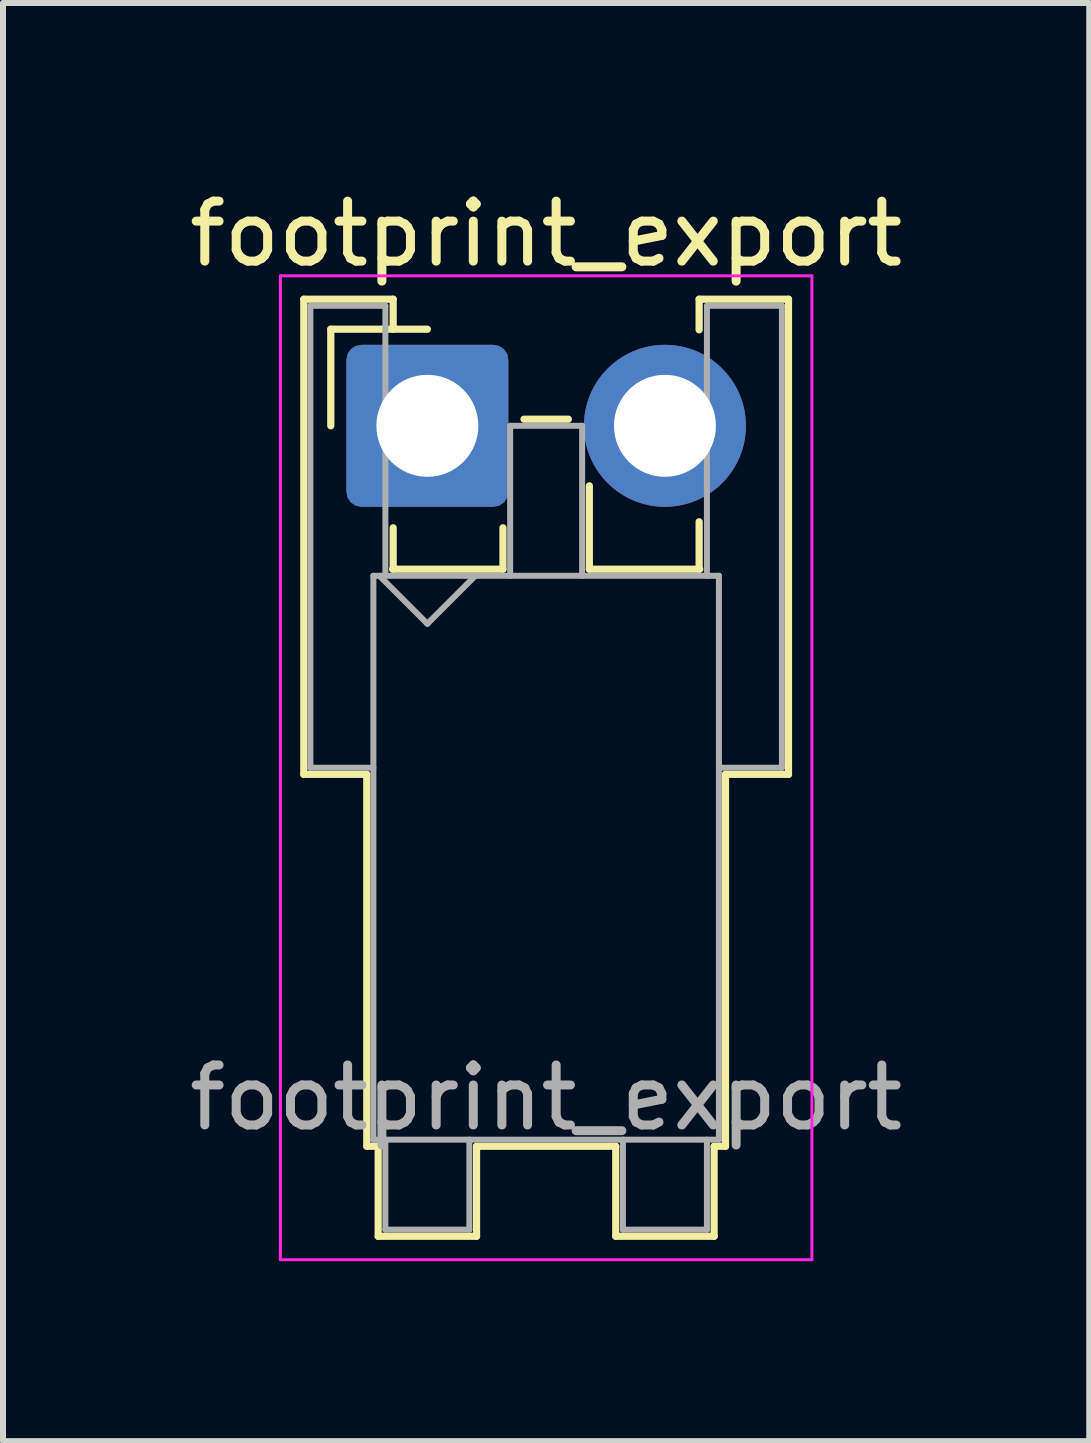
<source format=kicad_pcb>
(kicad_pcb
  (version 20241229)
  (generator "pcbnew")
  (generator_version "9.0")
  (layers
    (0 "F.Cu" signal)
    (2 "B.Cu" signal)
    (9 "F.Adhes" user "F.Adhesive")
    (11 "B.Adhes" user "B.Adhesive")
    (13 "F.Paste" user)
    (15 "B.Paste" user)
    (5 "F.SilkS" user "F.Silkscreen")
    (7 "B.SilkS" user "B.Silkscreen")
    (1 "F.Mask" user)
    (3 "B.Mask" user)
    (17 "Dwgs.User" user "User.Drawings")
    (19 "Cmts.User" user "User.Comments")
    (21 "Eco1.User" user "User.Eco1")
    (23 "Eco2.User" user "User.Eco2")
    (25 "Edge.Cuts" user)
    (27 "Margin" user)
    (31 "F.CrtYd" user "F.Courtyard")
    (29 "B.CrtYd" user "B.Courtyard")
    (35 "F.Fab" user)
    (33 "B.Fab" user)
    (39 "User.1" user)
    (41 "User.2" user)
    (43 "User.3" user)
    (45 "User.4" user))
  (footprint "footprint_export"
    (layer "F.Cu")
    (at 4.074 4.048)
    (property "Reference" "footprint_export" (at 1.98 -3.2 0) (layer "F.SilkS") (effects (font (size 1 1) (thickness 0.15))))
    (attr through_hole)
    (fp_line (start -2.06 -2.11) (end -0.57 -2.11) (stroke (width 0.12) (type solid)) (layer "F.SilkS"))
    (fp_line (start -2.06 5.81) (end -2.06 -2.11) (stroke (width 0.12) (type solid)) (layer "F.SilkS"))
    (fp_line (start -1.61 -1.61) (end -1.61 0) (stroke (width 0.12) (type solid)) (layer "F.SilkS"))
    (fp_line (start -1.01 5.81) (end -2.06 5.81) (stroke (width 0.12) (type solid)) (layer "F.SilkS"))
    (fp_line (start -1.01 5.81) (end -1.01 12.01) (stroke (width 0.12) (type solid)) (layer "F.SilkS"))
    (fp_line (start -1.01 12.01) (end -0.82 12.01) (stroke (width 0.12) (type solid)) (layer "F.SilkS"))
    (fp_line (start -0.82 12.01) (end -0.82 13.51) (stroke (width 0.12) (type solid)) (layer "F.SilkS"))
    (fp_line (start -0.82 13.51) (end 0.82 13.51) (stroke (width 0.12) (type solid)) (layer "F.SilkS"))
    (fp_line (start -0.58 2.39) (end 1.26 2.39) (stroke (width 0.12) (type solid)) (layer "F.SilkS"))
    (fp_line (start -0.57 -2.11) (end -0.57 -1.61) (stroke (width 0.12) (type solid)) (layer "F.SilkS"))
    (fp_line (start -0.57 1.7) (end -0.57 2.39) (stroke (width 0.12) (type solid)) (layer "F.SilkS"))
    (fp_line (start 0 -1.61) (end -1.61 -1.61) (stroke (width 0.12) (type solid)) (layer "F.SilkS"))
    (fp_line (start 0.82 12.01) (end 3.14 12.01) (stroke (width 0.12) (type solid)) (layer "F.SilkS"))
    (fp_line (start 0.82 13.51) (end 0.82 12.01) (stroke (width 0.12) (type solid)) (layer "F.SilkS"))
    (fp_line (start 1.26 2.39) (end 1.26 1.7) (stroke (width 0.12) (type solid)) (layer "F.SilkS"))
    (fp_line (start 1.61 -0.11) (end 2.35 -0.11) (stroke (width 0.12) (type solid)) (layer "F.SilkS"))
    (fp_line (start 2.7 1) (end 2.7 2.39) (stroke (width 0.12) (type solid)) (layer "F.SilkS"))
    (fp_line (start 2.7 2.39) (end 4.54 2.39) (stroke (width 0.12) (type solid)) (layer "F.SilkS"))
    (fp_line (start 3.14 12.01) (end 3.14 13.51) (stroke (width 0.12) (type solid)) (layer "F.SilkS"))
    (fp_line (start 3.14 13.51) (end 4.78 13.51) (stroke (width 0.12) (type solid)) (layer "F.SilkS"))
    (fp_line (start 4.53 -2.11) (end 6.02 -2.11) (stroke (width 0.12) (type solid)) (layer "F.SilkS"))
    (fp_line (start 4.53 -1.6) (end 4.53 -2.11) (stroke (width 0.12) (type solid)) (layer "F.SilkS"))
    (fp_line (start 4.53 2.39) (end 4.53 1.6) (stroke (width 0.12) (type solid)) (layer "F.SilkS"))
    (fp_line (start 4.78 12.01) (end 4.97 12.01) (stroke (width 0.12) (type solid)) (layer "F.SilkS"))
    (fp_line (start 4.78 13.51) (end 4.78 12.01) (stroke (width 0.12) (type solid)) (layer "F.SilkS"))
    (fp_line (start 4.97 12.01) (end 4.97 5.81) (stroke (width 0.12) (type solid)) (layer "F.SilkS"))
    (fp_line (start 6.02 -2.11) (end 6.02 5.81) (stroke (width 0.12) (type solid)) (layer "F.SilkS"))
    (fp_line (start 6.02 5.81) (end 4.97 5.81) (stroke (width 0.12) (type solid)) (layer "F.SilkS"))
    (fp_line (start -2.45 -2.5) (end -2.45 13.9) (stroke (width 0.05) (type solid)) (layer "F.CrtYd"))
    (fp_line (start -2.45 13.9) (end 6.41 13.9) (stroke (width 0.05) (type solid)) (layer "F.CrtYd"))
    (fp_line (start 6.41 -2.5) (end -2.45 -2.5) (stroke (width 0.05) (type solid)) (layer "F.CrtYd"))
    (fp_line (start 6.41 13.9) (end 6.41 -2.5) (stroke (width 0.05) (type solid)) (layer "F.CrtYd"))
    (fp_line (start -1.95 -2) (end -0.7 -2) (stroke (width 0.1) (type solid)) (layer "F.Fab"))
    (fp_line (start -1.95 5.7) (end -1.95 -2) (stroke (width 0.1) (type solid)) (layer "F.Fab"))
    (fp_line (start -0.9 2.5) (end -0.9 11.9) (stroke (width 0.1) (type solid)) (layer "F.Fab"))
    (fp_line (start -0.9 5.7) (end -1.95 5.7) (stroke (width 0.1) (type solid)) (layer "F.Fab"))
    (fp_line (start -0.9 11.9) (end 4.86 11.9) (stroke (width 0.1) (type solid)) (layer "F.Fab"))
    (fp_line (start -0.8 2.5) (end 0 3.3) (stroke (width 0.1) (type solid)) (layer "F.Fab"))
    (fp_line (start -0.7 -2) (end -0.7 2.5) (stroke (width 0.1) (type solid)) (layer "F.Fab"))
    (fp_line (start -0.7 11.9) (end -0.7 13.4) (stroke (width 0.1) (type solid)) (layer "F.Fab"))
    (fp_line (start -0.7 13.4) (end 0.7 13.4) (stroke (width 0.1) (type solid)) (layer "F.Fab"))
    (fp_line (start 0 3.3) (end 0.8 2.5) (stroke (width 0.1) (type solid)) (layer "F.Fab"))
    (fp_line (start 0.7 13.4) (end 0.7 11.9) (stroke (width 0.1) (type solid)) (layer "F.Fab"))
    (fp_line (start 1.38 0) (end 2.58 0) (stroke (width 0.1) (type solid)) (layer "F.Fab"))
    (fp_line (start 1.38 2.5) (end 1.38 0) (stroke (width 0.1) (type solid)) (layer "F.Fab"))
    (fp_line (start 2.58 0) (end 2.58 2.5) (stroke (width 0.1) (type solid)) (layer "F.Fab"))
    (fp_line (start 3.26 11.9) (end 3.26 13.4) (stroke (width 0.1) (type solid)) (layer "F.Fab"))
    (fp_line (start 3.26 13.4) (end 4.66 13.4) (stroke (width 0.1) (type solid)) (layer "F.Fab"))
    (fp_line (start 4.66 -2) (end 5.91 -2) (stroke (width 0.1) (type solid)) (layer "F.Fab"))
    (fp_line (start 4.66 2.5) (end 4.66 -2) (stroke (width 0.1) (type solid)) (layer "F.Fab"))
    (fp_line (start 4.66 13.4) (end 4.66 11.9) (stroke (width 0.1) (type solid)) (layer "F.Fab"))
    (fp_line (start 4.86 2.5) (end -0.9 2.5) (stroke (width 0.1) (type solid)) (layer "F.Fab"))
    (fp_line (start 4.86 11.9) (end 4.86 2.5) (stroke (width 0.1) (type solid)) (layer "F.Fab"))
    (fp_line (start 5.91 -2) (end 5.91 5.7) (stroke (width 0.1) (type solid)) (layer "F.Fab"))
    (fp_line (start 5.91 5.7) (end 4.86 5.7) (stroke (width 0.1) (type solid)) (layer "F.Fab"))
    (fp_text user "${REFERENCE}" (at 1.98 11.2 0) (layer "F.Fab") (effects (font (size 1 1) (thickness 0.15))))
    (pad "1" thru_hole roundrect (at 0 0) (size 2.7 2.7) (drill 1.7) (layers "*.Cu" "*.Mask") (roundrect_rratio 0.093))
    (pad "2" thru_hole circle (at 3.96 0) (size 2.7 2.7) (drill 1.7) (layers "*.Cu" "*.Mask")))
  (gr_rect
    (start -3 -3)
    (end 15.107 20.973)
    (stroke (width 0.1) (type default))
    (fill no)
    (layer "Edge.Cuts")))
</source>
